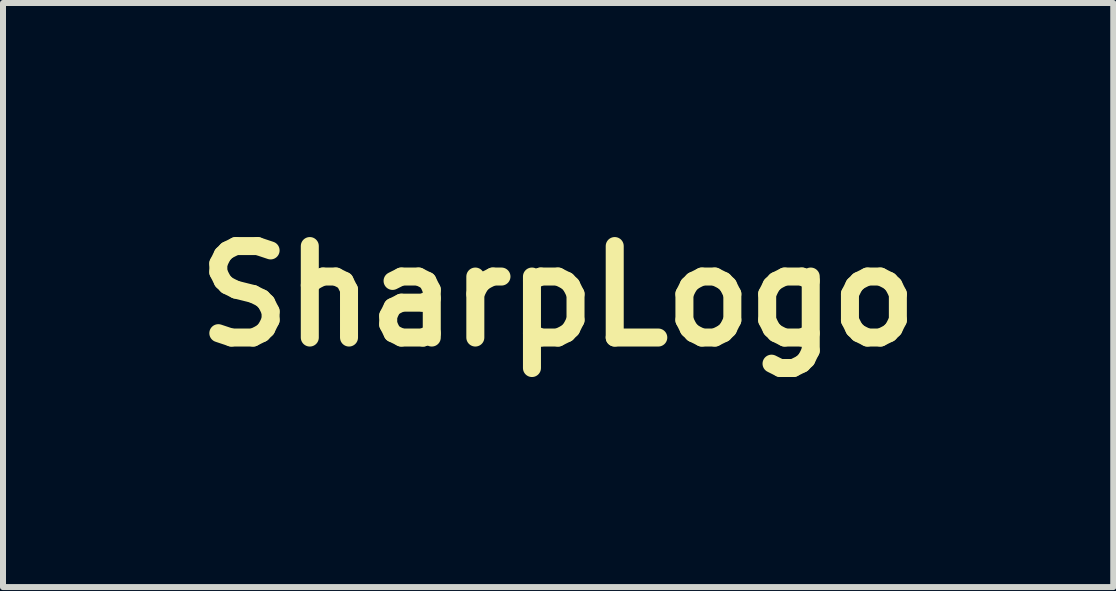
<source format=kicad_pcb>
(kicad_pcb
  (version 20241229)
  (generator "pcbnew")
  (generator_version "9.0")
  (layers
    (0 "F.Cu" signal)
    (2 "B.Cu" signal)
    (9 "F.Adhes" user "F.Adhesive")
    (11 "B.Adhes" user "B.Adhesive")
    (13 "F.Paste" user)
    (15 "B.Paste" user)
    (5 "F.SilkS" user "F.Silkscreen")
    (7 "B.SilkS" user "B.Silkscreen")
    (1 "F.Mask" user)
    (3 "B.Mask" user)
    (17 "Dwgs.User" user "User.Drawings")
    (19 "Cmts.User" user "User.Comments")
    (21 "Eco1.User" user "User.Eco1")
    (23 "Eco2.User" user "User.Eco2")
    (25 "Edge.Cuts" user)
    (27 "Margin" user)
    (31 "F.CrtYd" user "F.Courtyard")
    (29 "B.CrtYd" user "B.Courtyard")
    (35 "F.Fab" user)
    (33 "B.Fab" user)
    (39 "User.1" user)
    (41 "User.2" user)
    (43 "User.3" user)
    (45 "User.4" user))
  (footprint "SharpLogo"
    (layer "F.Cu")
    (at 6.248 1.884)
    (property "Reference" "SharpLogo" (at 0 0 0) (layer "F.SilkS") (effects (font (size 1.524 1.524) (thickness 0.3))))
    (attr through_hole)
    (fp_poly (pts (xy 1.664 -1.4) (xy 1.648 -1.267) (xy 1.642 -1.256) (xy 1.592 -1.077) (xy 1.595 -0.995) (xy 1.571 -0.874) (xy 1.46 -0.87) (xy 1.292 -0.978) (xy 1.206 -1.06) (xy 1.053 -1.253) (xy 1.042 -1.372) (xy 1.179 -1.441) (xy 1.291 -1.463) (xy 1.539 -1.469) (xy 1.664 -1.4)) (stroke (width 0.01) (type solid)) (fill no) (layer "Eco2.User"))
    (fp_poly (pts (xy -0.197 -1.698) (xy -0.119 -1.509) (xy -0.124 -1.375) (xy -0.13 -1.236) (xy -0.098 -1.006) (xy -0.04 -0.733) (xy 0.03 -0.47) (xy 0.102 -0.265) (xy 0.162 -0.171) (xy 0.169 -0.169) (xy 0.297 -0.24) (xy 0.419 -0.403) (xy 0.474 -0.55) (xy 0.847 -0.55) (xy 0.889 -0.508) (xy 0.931 -0.55) (xy 0.889 -0.593) (xy 0.847 -0.55) (xy 0.474 -0.55) (xy 0.487 -0.586) (xy 0.486 -0.669) (xy 0.496 -0.762) (xy 0.677 -0.762) (xy 0.706 -0.68) (xy 0.715 -0.677) (xy 0.787 -0.737) (xy 0.804 -0.762) (xy 0.799 -0.822) (xy 1.03 -0.822) (xy 1.05 -0.775) (xy 1.135 -0.684) (xy 1.185 -0.703) (xy 1.185 -0.715) (xy 1.125 -0.786) (xy 1.088 -0.812) (xy 1.03 -0.822) (xy 0.799 -0.822) (xy 0.798 -0.84) (xy 0.767 -0.847) (xy 0.681 -0.785) (xy 0.677 -0.762) (xy 0.496 -0.762) (xy 0.506 -0.856) (xy 0.624 -1.028) (xy 0.791 -1.129) (xy 0.911 -1.127) (xy 1.17 -0.982) (xy 1.286 -0.796) (xy 1.249 -0.594) (xy 1.137 -0.466) (xy 1.067 -0.336) (xy 1.006 -0.105) (xy 0.985 0.022) (xy 0.92 0.322) (xy 0.816 0.591) (xy 0.695 0.781) (xy 0.587 0.847) (xy 0.576 0.91) (xy 0.641 1.064) (xy 0.659 1.095) (xy 0.726 1.266) (xy 0.733 1.398) (xy 0.69 1.451) (xy 0.608 1.384) (xy 0.589 1.354) (xy 0.45 1.133) (xy 0.363 1.034) (xy 0.298 1.031) (xy 0.25 1.071) (xy 0.201 1.175) (xy 0.247 1.223) (xy 0.317 1.33) (xy 0.336 1.481) (xy 0.301 1.593) (xy 0.264 1.609) (xy 0.169 1.545) (xy 0.05 1.397) (xy -0.082 1.252) (xy -0.214 1.186) (xy -0.302 1.205) (xy -0.302 1.317) (xy -0.296 1.333) (xy -0.227 1.588) (xy -0.271 1.731) (xy -0.306 1.751) (xy -0.399 1.705) (xy -0.497 1.55) (xy -0.503 1.536) (xy -0.611 1.371) (xy -0.753 1.262) (xy -0.885 1.222) (xy -0.967 1.265) (xy -0.963 1.387) (xy -0.903 1.65) (xy -0.937 1.796) (xy -1.026 1.842) (xy -1.127 1.813) (xy -1.193 1.656) (xy -1.216 1.534) (xy -1.275 1.302) (xy -1.374 1.194) (xy -1.461 1.17) (xy -1.584 1.125) (xy -1.648 1.004) (xy -1.678 0.769) (xy -1.683 0.486) (xy -1.663 0.241) (xy -1.653 0.19) (xy -1.622 0.113) (xy -0.31 0.113) (xy -0.299 0.163) (xy -0.254 0.169) (xy -0.184 0.138) (xy -0.198 0.113) (xy -0.298 0.103) (xy -0.31 0.113) (xy -1.622 0.113) (xy -1.601 0.06) (xy -1.5 0.017) (xy -1.292 0.039) (xy -1.281 0.04) (xy -1.009 0.053) (xy -0.96 0.028) (xy -0.056 0.028) (xy -0.045 0.079) (xy 0 0.085) (xy 0.07 0.054) (xy 0.056 0.028) (xy -0.044 0.018) (xy -0.056 0.028) (xy -0.96 0.028) (xy -0.894 -0.005) (xy 0.315 -0.005) (xy 0.424 -0.037) (xy 0.604 -0.162) (xy 0.725 -0.294) (xy 0.74 -0.388) (xy 0.738 -0.39) (xy 0.643 -0.38) (xy 0.489 -0.271) (xy 0.444 -0.228) (xy 0.315 -0.072) (xy 0.315 -0.005) (xy -0.894 -0.005) (xy -0.872 -0.016) (xy -0.788 -0.169) (xy -0.423 -0.169) (xy -0.359 -0.087) (xy -0.339 -0.085) (xy -0.256 -0.149) (xy -0.254 -0.169) (xy -0.318 -0.252) (xy -0.339 -0.254) (xy -0.421 -0.19) (xy -0.423 -0.169) (xy -0.788 -0.169) (xy -0.777 -0.189) (xy -0.751 -0.254) (xy -0.593 -0.254) (xy -0.562 -0.184) (xy -0.536 -0.198) (xy -0.526 -0.298) (xy -0.536 -0.31) (xy -0.587 -0.299) (xy -0.593 -0.254) (xy -0.751 -0.254) (xy -0.701 -0.381) (xy -0.339 -0.381) (xy -0.296 -0.339) (xy -0.254 -0.381) (xy -0.296 -0.423) (xy -0.339 -0.381) (xy -0.701 -0.381) (xy -0.672 -0.455) (xy -0.669 -0.466) (xy -0.169 -0.466) (xy -0.127 -0.423) (xy -0.085 -0.466) (xy -0.127 -0.508) (xy -0.169 -0.466) (xy -0.669 -0.466) (xy -0.628 -0.593) (xy -0.339 -0.593) (xy -0.308 -0.523) (xy -0.282 -0.536) (xy -0.272 -0.637) (xy -0.282 -0.649) (xy -0.333 -0.637) (xy -0.339 -0.593) (xy -0.628 -0.593) (xy -0.574 -0.762) (xy -0.498 -1.055) (xy -0.463 -1.279) (xy -0.467 -1.36) (xy -0.469 -1.557) (xy -0.421 -1.698) (xy -0.324 -1.879) (xy -0.197 -1.698)) (stroke (width 0.01) (type solid)) (fill no) (layer "Eco2.User")))
  (gr_rect
    (start -3 -3)
    (end 15.497 6.731)
    (stroke (width 0.1) (type default))
    (fill no)
    (layer "Edge.Cuts")))
</source>
